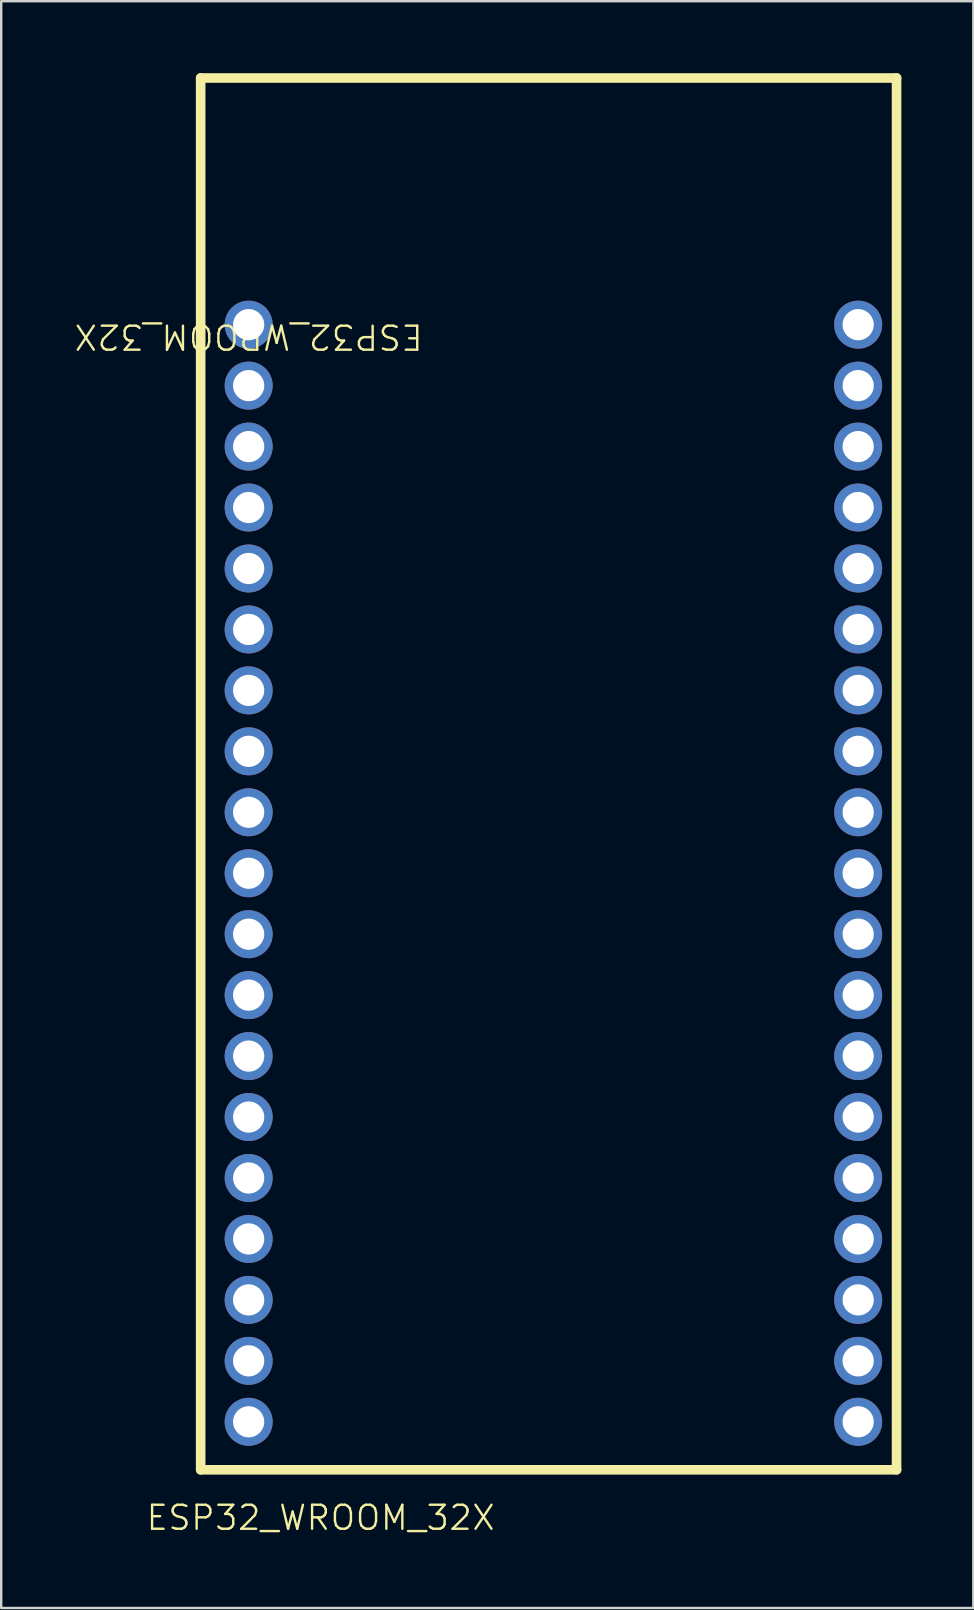
<source format=kicad_pcb>
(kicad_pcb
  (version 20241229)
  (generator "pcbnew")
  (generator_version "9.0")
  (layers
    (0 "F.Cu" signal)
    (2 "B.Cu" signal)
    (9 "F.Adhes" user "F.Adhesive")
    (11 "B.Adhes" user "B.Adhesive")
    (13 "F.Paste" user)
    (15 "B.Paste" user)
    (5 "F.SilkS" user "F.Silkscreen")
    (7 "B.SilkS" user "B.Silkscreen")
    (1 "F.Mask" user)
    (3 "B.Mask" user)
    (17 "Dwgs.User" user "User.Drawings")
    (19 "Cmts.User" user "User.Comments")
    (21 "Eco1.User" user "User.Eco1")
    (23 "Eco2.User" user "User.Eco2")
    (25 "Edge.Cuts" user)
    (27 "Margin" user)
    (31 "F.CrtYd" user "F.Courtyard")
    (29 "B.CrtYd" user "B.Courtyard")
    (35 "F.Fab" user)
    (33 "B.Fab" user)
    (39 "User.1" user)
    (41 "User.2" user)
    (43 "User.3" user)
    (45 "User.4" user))
  (footprint "ESP32_WROOM_32X"
    (layer "F.Cu")
    (at 7.312 56.2)
    (property "Reference" "ESP32_WROOM_32X" (at 0 -45.22 180) (unlocked yes) (layer "F.SilkS") (effects (font (size 1 1) (thickness 0.1))))
    (attr through_hole)
    (fp_line (start -2 -56) (end 27 -56) (stroke (width 0.4) (type solid)) (layer "F.SilkS"))
    (fp_line (start -2 2) (end -2 -56) (stroke (width 0.4) (type solid)) (layer "F.SilkS"))
    (fp_line (start -2 2) (end 27 2) (stroke (width 0.4) (type solid)) (layer "F.SilkS"))
    (fp_line (start 27 -56) (end 27 2) (stroke (width 0.4) (type solid)) (layer "F.SilkS"))
    (fp_text user "${REFERENCE}" (at 3 4 0) (unlocked yes) (layer "F.SilkS") (effects (font (size 1 1) (thickness 0.1))))
    (pad "1" thru_hole circle (at 0 -45.72 180) (size 2 2) (drill 1.3) (layers "*.Cu" "*.Mask"))
    (pad "2" thru_hole circle (at 0 -43.18 180) (size 2 2) (drill 1.3) (layers "*.Cu" "*.Mask"))
    (pad "3" thru_hole circle (at 0 -40.64 180) (size 2 2) (drill 1.3) (layers "*.Cu" "*.Mask"))
    (pad "4" thru_hole circle (at 0 -38.1 180) (size 2 2) (drill 1.3) (layers "*.Cu" "*.Mask"))
    (pad "5" thru_hole circle (at 0 -35.56 180) (size 2 2) (drill 1.3) (layers "*.Cu" "*.Mask"))
    (pad "6" thru_hole circle (at 0 -33.02 180) (size 2 2) (drill 1.3) (layers "*.Cu" "*.Mask"))
    (pad "7" thru_hole circle (at 0 -30.48 180) (size 2 2) (drill 1.3) (layers "*.Cu" "*.Mask"))
    (pad "8" thru_hole circle (at 0 -27.94 180) (size 2 2) (drill 1.3) (layers "*.Cu" "*.Mask"))
    (pad "9" thru_hole circle (at 0 -25.4 180) (size 2 2) (drill 1.3) (layers "*.Cu" "*.Mask"))
    (pad "10" thru_hole circle (at 0 -22.86 180) (size 2 2) (drill 1.3) (layers "*.Cu" "*.Mask"))
    (pad "11" thru_hole circle (at 0 -20.32 180) (size 2 2) (drill 1.3) (layers "*.Cu" "*.Mask"))
    (pad "12" thru_hole circle (at 0 -17.78 180) (size 2 2) (drill 1.3) (layers "*.Cu" "*.Mask"))
    (pad "13" thru_hole circle (at 0 -15.24 180) (size 2 2) (drill 1.3) (layers "*.Cu" "*.Mask"))
    (pad "14" thru_hole circle (at 0 -12.7 180) (size 2 2) (drill 1.3) (layers "*.Cu" "*.Mask"))
    (pad "15" thru_hole circle (at 0 -10.16 180) (size 2 2) (drill 1.3) (layers "*.Cu" "*.Mask"))
    (pad "16" thru_hole circle (at 0 -7.62 180) (size 2 2) (drill 1.3) (layers "*.Cu" "*.Mask"))
    (pad "17" thru_hole circle (at 0 -5.08 180) (size 2 2) (drill 1.3) (layers "*.Cu" "*.Mask"))
    (pad "18" thru_hole circle (at 0 -2.54 180) (size 2 2) (drill 1.3) (layers "*.Cu" "*.Mask"))
    (pad "19" thru_hole circle (at 0 0 180) (size 2 2) (drill 1.3) (layers "*.Cu" "*.Mask"))
    (pad "20" thru_hole circle (at 25.4 0 180) (size 2 2) (drill 1.3) (layers "*.Cu" "*.Mask"))
    (pad "21" thru_hole circle (at 25.4 -2.54 180) (size 2 2) (drill 1.3) (layers "*.Cu" "*.Mask"))
    (pad "22" thru_hole circle (at 25.4 -5.08 180) (size 2 2) (drill 1.3) (layers "*.Cu" "*.Mask"))
    (pad "23" thru_hole circle (at 25.4 -7.62 180) (size 2 2) (drill 1.3) (layers "*.Cu" "*.Mask"))
    (pad "24" thru_hole circle (at 25.4 -10.16 180) (size 2 2) (drill 1.3) (layers "*.Cu" "*.Mask"))
    (pad "25" thru_hole circle (at 25.4 -12.7 180) (size 2 2) (drill 1.3) (layers "*.Cu" "*.Mask"))
    (pad "26" thru_hole circle (at 25.4 -15.24 180) (size 2 2) (drill 1.3) (layers "*.Cu" "*.Mask"))
    (pad "27" thru_hole circle (at 25.4 -17.78 180) (size 2 2) (drill 1.3) (layers "*.Cu" "*.Mask"))
    (pad "28" thru_hole circle (at 25.4 -20.32 180) (size 2 2) (drill 1.3) (layers "*.Cu" "*.Mask"))
    (pad "29" thru_hole circle (at 25.4 -22.86 180) (size 2 2) (drill 1.3) (layers "*.Cu" "*.Mask"))
    (pad "30" thru_hole circle (at 25.4 -25.4 180) (size 2 2) (drill 1.3) (layers "*.Cu" "*.Mask"))
    (pad "31" thru_hole circle (at 25.4 -27.94 180) (size 2 2) (drill 1.3) (layers "*.Cu" "*.Mask"))
    (pad "32" thru_hole circle (at 25.4 -30.48 180) (size 2 2) (drill 1.3) (layers "*.Cu" "*.Mask"))
    (pad "33" thru_hole circle (at 25.4 -33.02 180) (size 2 2) (drill 1.3) (layers "*.Cu" "*.Mask"))
    (pad "34" thru_hole circle (at 25.4 -35.56 180) (size 2 2) (drill 1.3) (layers "*.Cu" "*.Mask"))
    (pad "35" thru_hole circle (at 25.4 -38.1 180) (size 2 2) (drill 1.3) (layers "*.Cu" "*.Mask"))
    (pad "36" thru_hole circle (at 25.4 -40.64 180) (size 2 2) (drill 1.3) (layers "*.Cu" "*.Mask"))
    (pad "37" thru_hole circle (at 25.4 -43.18 180) (size 2 2) (drill 1.3) (layers "*.Cu" "*.Mask"))
    (pad "38" thru_hole circle (at 25.4 -45.72 180) (size 2 2) (drill 1.3) (layers "*.Cu" "*.Mask")))
  (gr_rect
    (start -3 -3)
    (end 37.512 63.961)
    (stroke (width 0.1) (type default))
    (fill no)
    (layer "Edge.Cuts")))
</source>
